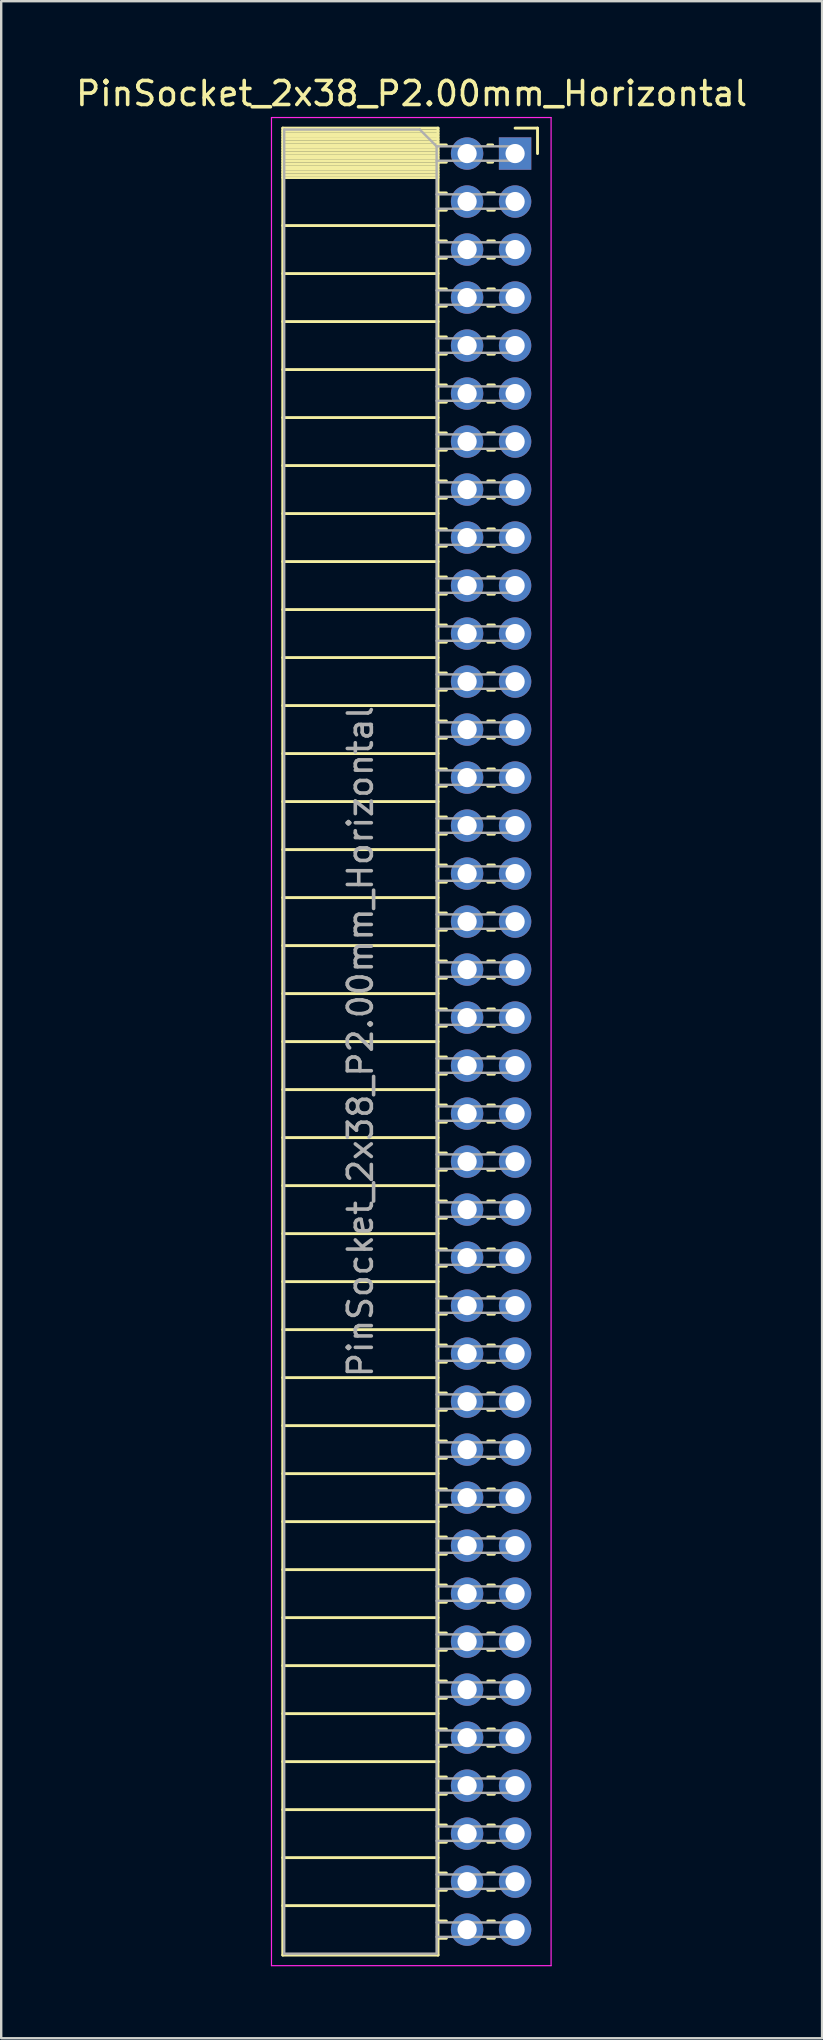
<source format=kicad_pcb>
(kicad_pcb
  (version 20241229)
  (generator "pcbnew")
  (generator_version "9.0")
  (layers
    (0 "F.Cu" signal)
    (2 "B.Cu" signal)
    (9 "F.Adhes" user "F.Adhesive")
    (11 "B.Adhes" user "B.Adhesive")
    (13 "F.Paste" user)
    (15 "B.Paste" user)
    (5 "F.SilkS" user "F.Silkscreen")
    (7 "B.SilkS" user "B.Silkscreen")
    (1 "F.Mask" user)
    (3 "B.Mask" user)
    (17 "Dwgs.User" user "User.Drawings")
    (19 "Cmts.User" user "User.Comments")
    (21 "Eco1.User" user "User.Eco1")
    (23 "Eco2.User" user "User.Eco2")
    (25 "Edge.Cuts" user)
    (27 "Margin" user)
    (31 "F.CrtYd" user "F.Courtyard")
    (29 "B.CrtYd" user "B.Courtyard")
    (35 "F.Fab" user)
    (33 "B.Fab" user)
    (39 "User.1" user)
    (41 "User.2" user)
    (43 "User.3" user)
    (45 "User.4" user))
  (footprint "PinSocket_2x38_P2.00mm_Horizontal"
    (layer "F.Cu")
    (at 18.411 3.348)
    (property "Reference" "PinSocket_2x38_P2.00mm_Horizontal" (at -4.31 -2.5 0) (layer "F.SilkS") (effects (font (size 1 1) (thickness 0.15))))
    (attr through_hole)
    (fp_line (start -9.68 -1.06) (end -9.68 75.06) (stroke (width 0.12) (type solid)) (layer "F.SilkS"))
    (fp_line (start -9.68 -1.06) (end -3.21 -1.06) (stroke (width 0.12) (type solid)) (layer "F.SilkS"))
    (fp_line (start -9.68 -0.94) (end -3.21 -0.94) (stroke (width 0.12) (type solid)) (layer "F.SilkS"))
    (fp_line (start -9.68 -0.826) (end -3.21 -0.826) (stroke (width 0.12) (type solid)) (layer "F.SilkS"))
    (fp_line (start -9.68 -0.712) (end -3.21 -0.712) (stroke (width 0.12) (type solid)) (layer "F.SilkS"))
    (fp_line (start -9.68 -0.598) (end -3.21 -0.598) (stroke (width 0.12) (type solid)) (layer "F.SilkS"))
    (fp_line (start -9.68 -0.484) (end -3.21 -0.484) (stroke (width 0.12) (type solid)) (layer "F.SilkS"))
    (fp_line (start -9.68 -0.369) (end -3.21 -0.369) (stroke (width 0.12) (type solid)) (layer "F.SilkS"))
    (fp_line (start -9.68 -0.255) (end -3.21 -0.255) (stroke (width 0.12) (type solid)) (layer "F.SilkS"))
    (fp_line (start -9.68 -0.141) (end -3.21 -0.141) (stroke (width 0.12) (type solid)) (layer "F.SilkS"))
    (fp_line (start -9.68 -0.027) (end -3.21 -0.027) (stroke (width 0.12) (type solid)) (layer "F.SilkS"))
    (fp_line (start -9.68 0.087) (end -3.21 0.087) (stroke (width 0.12) (type solid)) (layer "F.SilkS"))
    (fp_line (start -9.68 0.201) (end -3.21 0.201) (stroke (width 0.12) (type solid)) (layer "F.SilkS"))
    (fp_line (start -9.68 0.315) (end -3.21 0.315) (stroke (width 0.12) (type solid)) (layer "F.SilkS"))
    (fp_line (start -9.68 0.429) (end -3.21 0.429) (stroke (width 0.12) (type solid)) (layer "F.SilkS"))
    (fp_line (start -9.68 0.544) (end -3.21 0.544) (stroke (width 0.12) (type solid)) (layer "F.SilkS"))
    (fp_line (start -9.68 0.658) (end -3.21 0.658) (stroke (width 0.12) (type solid)) (layer "F.SilkS"))
    (fp_line (start -9.68 0.772) (end -3.21 0.772) (stroke (width 0.12) (type solid)) (layer "F.SilkS"))
    (fp_line (start -9.68 0.886) (end -3.21 0.886) (stroke (width 0.12) (type solid)) (layer "F.SilkS"))
    (fp_line (start -9.68 1) (end -3.21 1) (stroke (width 0.12) (type solid)) (layer "F.SilkS"))
    (fp_line (start -9.68 3) (end -3.21 3) (stroke (width 0.12) (type solid)) (layer "F.SilkS"))
    (fp_line (start -9.68 5) (end -3.21 5) (stroke (width 0.12) (type solid)) (layer "F.SilkS"))
    (fp_line (start -9.68 7) (end -3.21 7) (stroke (width 0.12) (type solid)) (layer "F.SilkS"))
    (fp_line (start -9.68 9) (end -3.21 9) (stroke (width 0.12) (type solid)) (layer "F.SilkS"))
    (fp_line (start -9.68 11) (end -3.21 11) (stroke (width 0.12) (type solid)) (layer "F.SilkS"))
    (fp_line (start -9.68 13) (end -3.21 13) (stroke (width 0.12) (type solid)) (layer "F.SilkS"))
    (fp_line (start -9.68 15) (end -3.21 15) (stroke (width 0.12) (type solid)) (layer "F.SilkS"))
    (fp_line (start -9.68 17) (end -3.21 17) (stroke (width 0.12) (type solid)) (layer "F.SilkS"))
    (fp_line (start -9.68 19) (end -3.21 19) (stroke (width 0.12) (type solid)) (layer "F.SilkS"))
    (fp_line (start -9.68 21) (end -3.21 21) (stroke (width 0.12) (type solid)) (layer "F.SilkS"))
    (fp_line (start -9.68 23) (end -3.21 23) (stroke (width 0.12) (type solid)) (layer "F.SilkS"))
    (fp_line (start -9.68 25) (end -3.21 25) (stroke (width 0.12) (type solid)) (layer "F.SilkS"))
    (fp_line (start -9.68 27) (end -3.21 27) (stroke (width 0.12) (type solid)) (layer "F.SilkS"))
    (fp_line (start -9.68 29) (end -3.21 29) (stroke (width 0.12) (type solid)) (layer "F.SilkS"))
    (fp_line (start -9.68 31) (end -3.21 31) (stroke (width 0.12) (type solid)) (layer "F.SilkS"))
    (fp_line (start -9.68 33) (end -3.21 33) (stroke (width 0.12) (type solid)) (layer "F.SilkS"))
    (fp_line (start -9.68 35) (end -3.21 35) (stroke (width 0.12) (type solid)) (layer "F.SilkS"))
    (fp_line (start -9.68 37) (end -3.21 37) (stroke (width 0.12) (type solid)) (layer "F.SilkS"))
    (fp_line (start -9.68 39) (end -3.21 39) (stroke (width 0.12) (type solid)) (layer "F.SilkS"))
    (fp_line (start -9.68 41) (end -3.21 41) (stroke (width 0.12) (type solid)) (layer "F.SilkS"))
    (fp_line (start -9.68 43) (end -3.21 43) (stroke (width 0.12) (type solid)) (layer "F.SilkS"))
    (fp_line (start -9.68 45) (end -3.21 45) (stroke (width 0.12) (type solid)) (layer "F.SilkS"))
    (fp_line (start -9.68 47) (end -3.21 47) (stroke (width 0.12) (type solid)) (layer "F.SilkS"))
    (fp_line (start -9.68 49) (end -3.21 49) (stroke (width 0.12) (type solid)) (layer "F.SilkS"))
    (fp_line (start -9.68 51) (end -3.21 51) (stroke (width 0.12) (type solid)) (layer "F.SilkS"))
    (fp_line (start -9.68 53) (end -3.21 53) (stroke (width 0.12) (type solid)) (layer "F.SilkS"))
    (fp_line (start -9.68 55) (end -3.21 55) (stroke (width 0.12) (type solid)) (layer "F.SilkS"))
    (fp_line (start -9.68 57) (end -3.21 57) (stroke (width 0.12) (type solid)) (layer "F.SilkS"))
    (fp_line (start -9.68 59) (end -3.21 59) (stroke (width 0.12) (type solid)) (layer "F.SilkS"))
    (fp_line (start -9.68 61) (end -3.21 61) (stroke (width 0.12) (type solid)) (layer "F.SilkS"))
    (fp_line (start -9.68 63) (end -3.21 63) (stroke (width 0.12) (type solid)) (layer "F.SilkS"))
    (fp_line (start -9.68 65) (end -3.21 65) (stroke (width 0.12) (type solid)) (layer "F.SilkS"))
    (fp_line (start -9.68 67) (end -3.21 67) (stroke (width 0.12) (type solid)) (layer "F.SilkS"))
    (fp_line (start -9.68 69) (end -3.21 69) (stroke (width 0.12) (type solid)) (layer "F.SilkS"))
    (fp_line (start -9.68 71) (end -3.21 71) (stroke (width 0.12) (type solid)) (layer "F.SilkS"))
    (fp_line (start -9.68 73) (end -3.21 73) (stroke (width 0.12) (type solid)) (layer "F.SilkS"))
    (fp_line (start -9.68 75.06) (end -3.21 75.06) (stroke (width 0.12) (type solid)) (layer "F.SilkS"))
    (fp_line (start -3.21 -1.06) (end -3.21 75.06) (stroke (width 0.12) (type solid)) (layer "F.SilkS"))
    (fp_line (start -3.21 -0.36) (end -2.863 -0.36) (stroke (width 0.12) (type solid)) (layer "F.SilkS"))
    (fp_line (start -3.21 0.36) (end -2.863 0.36) (stroke (width 0.12) (type solid)) (layer "F.SilkS"))
    (fp_line (start -3.21 1.64) (end -2.863 1.64) (stroke (width 0.12) (type solid)) (layer "F.SilkS"))
    (fp_line (start -3.21 2.36) (end -2.863 2.36) (stroke (width 0.12) (type solid)) (layer "F.SilkS"))
    (fp_line (start -3.21 3.64) (end -2.863 3.64) (stroke (width 0.12) (type solid)) (layer "F.SilkS"))
    (fp_line (start -3.21 4.36) (end -2.863 4.36) (stroke (width 0.12) (type solid)) (layer "F.SilkS"))
    (fp_line (start -3.21 5.64) (end -2.863 5.64) (stroke (width 0.12) (type solid)) (layer "F.SilkS"))
    (fp_line (start -3.21 6.36) (end -2.863 6.36) (stroke (width 0.12) (type solid)) (layer "F.SilkS"))
    (fp_line (start -3.21 7.64) (end -2.863 7.64) (stroke (width 0.12) (type solid)) (layer "F.SilkS"))
    (fp_line (start -3.21 8.36) (end -2.863 8.36) (stroke (width 0.12) (type solid)) (layer "F.SilkS"))
    (fp_line (start -3.21 9.64) (end -2.863 9.64) (stroke (width 0.12) (type solid)) (layer "F.SilkS"))
    (fp_line (start -3.21 10.36) (end -2.863 10.36) (stroke (width 0.12) (type solid)) (layer "F.SilkS"))
    (fp_line (start -3.21 11.64) (end -2.863 11.64) (stroke (width 0.12) (type solid)) (layer "F.SilkS"))
    (fp_line (start -3.21 12.36) (end -2.863 12.36) (stroke (width 0.12) (type solid)) (layer "F.SilkS"))
    (fp_line (start -3.21 13.64) (end -2.863 13.64) (stroke (width 0.12) (type solid)) (layer "F.SilkS"))
    (fp_line (start -3.21 14.36) (end -2.863 14.36) (stroke (width 0.12) (type solid)) (layer "F.SilkS"))
    (fp_line (start -3.21 15.64) (end -2.863 15.64) (stroke (width 0.12) (type solid)) (layer "F.SilkS"))
    (fp_line (start -3.21 16.36) (end -2.863 16.36) (stroke (width 0.12) (type solid)) (layer "F.SilkS"))
    (fp_line (start -3.21 17.64) (end -2.863 17.64) (stroke (width 0.12) (type solid)) (layer "F.SilkS"))
    (fp_line (start -3.21 18.36) (end -2.863 18.36) (stroke (width 0.12) (type solid)) (layer "F.SilkS"))
    (fp_line (start -3.21 19.64) (end -2.863 19.64) (stroke (width 0.12) (type solid)) (layer "F.SilkS"))
    (fp_line (start -3.21 20.36) (end -2.863 20.36) (stroke (width 0.12) (type solid)) (layer "F.SilkS"))
    (fp_line (start -3.21 21.64) (end -2.863 21.64) (stroke (width 0.12) (type solid)) (layer "F.SilkS"))
    (fp_line (start -3.21 22.36) (end -2.863 22.36) (stroke (width 0.12) (type solid)) (layer "F.SilkS"))
    (fp_line (start -3.21 23.64) (end -2.863 23.64) (stroke (width 0.12) (type solid)) (layer "F.SilkS"))
    (fp_line (start -3.21 24.36) (end -2.863 24.36) (stroke (width 0.12) (type solid)) (layer "F.SilkS"))
    (fp_line (start -3.21 25.64) (end -2.863 25.64) (stroke (width 0.12) (type solid)) (layer "F.SilkS"))
    (fp_line (start -3.21 26.36) (end -2.863 26.36) (stroke (width 0.12) (type solid)) (layer "F.SilkS"))
    (fp_line (start -3.21 27.64) (end -2.863 27.64) (stroke (width 0.12) (type solid)) (layer "F.SilkS"))
    (fp_line (start -3.21 28.36) (end -2.863 28.36) (stroke (width 0.12) (type solid)) (layer "F.SilkS"))
    (fp_line (start -3.21 29.64) (end -2.863 29.64) (stroke (width 0.12) (type solid)) (layer "F.SilkS"))
    (fp_line (start -3.21 30.36) (end -2.863 30.36) (stroke (width 0.12) (type solid)) (layer "F.SilkS"))
    (fp_line (start -3.21 31.64) (end -2.863 31.64) (stroke (width 0.12) (type solid)) (layer "F.SilkS"))
    (fp_line (start -3.21 32.36) (end -2.863 32.36) (stroke (width 0.12) (type solid)) (layer "F.SilkS"))
    (fp_line (start -3.21 33.64) (end -2.863 33.64) (stroke (width 0.12) (type solid)) (layer "F.SilkS"))
    (fp_line (start -3.21 34.36) (end -2.863 34.36) (stroke (width 0.12) (type solid)) (layer "F.SilkS"))
    (fp_line (start -3.21 35.64) (end -2.863 35.64) (stroke (width 0.12) (type solid)) (layer "F.SilkS"))
    (fp_line (start -3.21 36.36) (end -2.863 36.36) (stroke (width 0.12) (type solid)) (layer "F.SilkS"))
    (fp_line (start -3.21 37.64) (end -2.863 37.64) (stroke (width 0.12) (type solid)) (layer "F.SilkS"))
    (fp_line (start -3.21 38.36) (end -2.863 38.36) (stroke (width 0.12) (type solid)) (layer "F.SilkS"))
    (fp_line (start -3.21 39.64) (end -2.863 39.64) (stroke (width 0.12) (type solid)) (layer "F.SilkS"))
    (fp_line (start -3.21 40.36) (end -2.863 40.36) (stroke (width 0.12) (type solid)) (layer "F.SilkS"))
    (fp_line (start -3.21 41.64) (end -2.863 41.64) (stroke (width 0.12) (type solid)) (layer "F.SilkS"))
    (fp_line (start -3.21 42.36) (end -2.863 42.36) (stroke (width 0.12) (type solid)) (layer "F.SilkS"))
    (fp_line (start -3.21 43.64) (end -2.863 43.64) (stroke (width 0.12) (type solid)) (layer "F.SilkS"))
    (fp_line (start -3.21 44.36) (end -2.863 44.36) (stroke (width 0.12) (type solid)) (layer "F.SilkS"))
    (fp_line (start -3.21 45.64) (end -2.863 45.64) (stroke (width 0.12) (type solid)) (layer "F.SilkS"))
    (fp_line (start -3.21 46.36) (end -2.863 46.36) (stroke (width 0.12) (type solid)) (layer "F.SilkS"))
    (fp_line (start -3.21 47.64) (end -2.863 47.64) (stroke (width 0.12) (type solid)) (layer "F.SilkS"))
    (fp_line (start -3.21 48.36) (end -2.863 48.36) (stroke (width 0.12) (type solid)) (layer "F.SilkS"))
    (fp_line (start -3.21 49.64) (end -2.863 49.64) (stroke (width 0.12) (type solid)) (layer "F.SilkS"))
    (fp_line (start -3.21 50.36) (end -2.863 50.36) (stroke (width 0.12) (type solid)) (layer "F.SilkS"))
    (fp_line (start -3.21 51.64) (end -2.863 51.64) (stroke (width 0.12) (type solid)) (layer "F.SilkS"))
    (fp_line (start -3.21 52.36) (end -2.863 52.36) (stroke (width 0.12) (type solid)) (layer "F.SilkS"))
    (fp_line (start -3.21 53.64) (end -2.863 53.64) (stroke (width 0.12) (type solid)) (layer "F.SilkS"))
    (fp_line (start -3.21 54.36) (end -2.863 54.36) (stroke (width 0.12) (type solid)) (layer "F.SilkS"))
    (fp_line (start -3.21 55.64) (end -2.863 55.64) (stroke (width 0.12) (type solid)) (layer "F.SilkS"))
    (fp_line (start -3.21 56.36) (end -2.863 56.36) (stroke (width 0.12) (type solid)) (layer "F.SilkS"))
    (fp_line (start -3.21 57.64) (end -2.863 57.64) (stroke (width 0.12) (type solid)) (layer "F.SilkS"))
    (fp_line (start -3.21 58.36) (end -2.863 58.36) (stroke (width 0.12) (type solid)) (layer "F.SilkS"))
    (fp_line (start -3.21 59.64) (end -2.863 59.64) (stroke (width 0.12) (type solid)) (layer "F.SilkS"))
    (fp_line (start -3.21 60.36) (end -2.863 60.36) (stroke (width 0.12) (type solid)) (layer "F.SilkS"))
    (fp_line (start -3.21 61.64) (end -2.863 61.64) (stroke (width 0.12) (type solid)) (layer "F.SilkS"))
    (fp_line (start -3.21 62.36) (end -2.863 62.36) (stroke (width 0.12) (type solid)) (layer "F.SilkS"))
    (fp_line (start -3.21 63.64) (end -2.863 63.64) (stroke (width 0.12) (type solid)) (layer "F.SilkS"))
    (fp_line (start -3.21 64.36) (end -2.863 64.36) (stroke (width 0.12) (type solid)) (layer "F.SilkS"))
    (fp_line (start -3.21 65.64) (end -2.863 65.64) (stroke (width 0.12) (type solid)) (layer "F.SilkS"))
    (fp_line (start -3.21 66.36) (end -2.863 66.36) (stroke (width 0.12) (type solid)) (layer "F.SilkS"))
    (fp_line (start -3.21 67.64) (end -2.863 67.64) (stroke (width 0.12) (type solid)) (layer "F.SilkS"))
    (fp_line (start -3.21 68.36) (end -2.863 68.36) (stroke (width 0.12) (type solid)) (layer "F.SilkS"))
    (fp_line (start -3.21 69.64) (end -2.863 69.64) (stroke (width 0.12) (type solid)) (layer "F.SilkS"))
    (fp_line (start -3.21 70.36) (end -2.863 70.36) (stroke (width 0.12) (type solid)) (layer "F.SilkS"))
    (fp_line (start -3.21 71.64) (end -2.863 71.64) (stroke (width 0.12) (type solid)) (layer "F.SilkS"))
    (fp_line (start -3.21 72.36) (end -2.863 72.36) (stroke (width 0.12) (type solid)) (layer "F.SilkS"))
    (fp_line (start -3.21 73.64) (end -2.863 73.64) (stroke (width 0.12) (type solid)) (layer "F.SilkS"))
    (fp_line (start -3.21 74.36) (end -2.863 74.36) (stroke (width 0.12) (type solid)) (layer "F.SilkS"))
    (fp_line (start -1.137 -0.36) (end -0.935 -0.36) (stroke (width 0.12) (type solid)) (layer "F.SilkS"))
    (fp_line (start -1.137 0.36) (end -0.935 0.36) (stroke (width 0.12) (type solid)) (layer "F.SilkS"))
    (fp_line (start -1.137 1.64) (end -0.863 1.64) (stroke (width 0.12) (type solid)) (layer "F.SilkS"))
    (fp_line (start -1.137 2.36) (end -0.863 2.36) (stroke (width 0.12) (type solid)) (layer "F.SilkS"))
    (fp_line (start -1.137 3.64) (end -0.863 3.64) (stroke (width 0.12) (type solid)) (layer "F.SilkS"))
    (fp_line (start -1.137 4.36) (end -0.863 4.36) (stroke (width 0.12) (type solid)) (layer "F.SilkS"))
    (fp_line (start -1.137 5.64) (end -0.863 5.64) (stroke (width 0.12) (type solid)) (layer "F.SilkS"))
    (fp_line (start -1.137 6.36) (end -0.863 6.36) (stroke (width 0.12) (type solid)) (layer "F.SilkS"))
    (fp_line (start -1.137 7.64) (end -0.863 7.64) (stroke (width 0.12) (type solid)) (layer "F.SilkS"))
    (fp_line (start -1.137 8.36) (end -0.863 8.36) (stroke (width 0.12) (type solid)) (layer "F.SilkS"))
    (fp_line (start -1.137 9.64) (end -0.863 9.64) (stroke (width 0.12) (type solid)) (layer "F.SilkS"))
    (fp_line (start -1.137 10.36) (end -0.863 10.36) (stroke (width 0.12) (type solid)) (layer "F.SilkS"))
    (fp_line (start -1.137 11.64) (end -0.863 11.64) (stroke (width 0.12) (type solid)) (layer "F.SilkS"))
    (fp_line (start -1.137 12.36) (end -0.863 12.36) (stroke (width 0.12) (type solid)) (layer "F.SilkS"))
    (fp_line (start -1.137 13.64) (end -0.863 13.64) (stroke (width 0.12) (type solid)) (layer "F.SilkS"))
    (fp_line (start -1.137 14.36) (end -0.863 14.36) (stroke (width 0.12) (type solid)) (layer "F.SilkS"))
    (fp_line (start -1.137 15.64) (end -0.863 15.64) (stroke (width 0.12) (type solid)) (layer "F.SilkS"))
    (fp_line (start -1.137 16.36) (end -0.863 16.36) (stroke (width 0.12) (type solid)) (layer "F.SilkS"))
    (fp_line (start -1.137 17.64) (end -0.863 17.64) (stroke (width 0.12) (type solid)) (layer "F.SilkS"))
    (fp_line (start -1.137 18.36) (end -0.863 18.36) (stroke (width 0.12) (type solid)) (layer "F.SilkS"))
    (fp_line (start -1.137 19.64) (end -0.863 19.64) (stroke (width 0.12) (type solid)) (layer "F.SilkS"))
    (fp_line (start -1.137 20.36) (end -0.863 20.36) (stroke (width 0.12) (type solid)) (layer "F.SilkS"))
    (fp_line (start -1.137 21.64) (end -0.863 21.64) (stroke (width 0.12) (type solid)) (layer "F.SilkS"))
    (fp_line (start -1.137 22.36) (end -0.863 22.36) (stroke (width 0.12) (type solid)) (layer "F.SilkS"))
    (fp_line (start -1.137 23.64) (end -0.863 23.64) (stroke (width 0.12) (type solid)) (layer "F.SilkS"))
    (fp_line (start -1.137 24.36) (end -0.863 24.36) (stroke (width 0.12) (type solid)) (layer "F.SilkS"))
    (fp_line (start -1.137 25.64) (end -0.863 25.64) (stroke (width 0.12) (type solid)) (layer "F.SilkS"))
    (fp_line (start -1.137 26.36) (end -0.863 26.36) (stroke (width 0.12) (type solid)) (layer "F.SilkS"))
    (fp_line (start -1.137 27.64) (end -0.863 27.64) (stroke (width 0.12) (type solid)) (layer "F.SilkS"))
    (fp_line (start -1.137 28.36) (end -0.863 28.36) (stroke (width 0.12) (type solid)) (layer "F.SilkS"))
    (fp_line (start -1.137 29.64) (end -0.863 29.64) (stroke (width 0.12) (type solid)) (layer "F.SilkS"))
    (fp_line (start -1.137 30.36) (end -0.863 30.36) (stroke (width 0.12) (type solid)) (layer "F.SilkS"))
    (fp_line (start -1.137 31.64) (end -0.863 31.64) (stroke (width 0.12) (type solid)) (layer "F.SilkS"))
    (fp_line (start -1.137 32.36) (end -0.863 32.36) (stroke (width 0.12) (type solid)) (layer "F.SilkS"))
    (fp_line (start -1.137 33.64) (end -0.863 33.64) (stroke (width 0.12) (type solid)) (layer "F.SilkS"))
    (fp_line (start -1.137 34.36) (end -0.863 34.36) (stroke (width 0.12) (type solid)) (layer "F.SilkS"))
    (fp_line (start -1.137 35.64) (end -0.863 35.64) (stroke (width 0.12) (type solid)) (layer "F.SilkS"))
    (fp_line (start -1.137 36.36) (end -0.863 36.36) (stroke (width 0.12) (type solid)) (layer "F.SilkS"))
    (fp_line (start -1.137 37.64) (end -0.863 37.64) (stroke (width 0.12) (type solid)) (layer "F.SilkS"))
    (fp_line (start -1.137 38.36) (end -0.863 38.36) (stroke (width 0.12) (type solid)) (layer "F.SilkS"))
    (fp_line (start -1.137 39.64) (end -0.863 39.64) (stroke (width 0.12) (type solid)) (layer "F.SilkS"))
    (fp_line (start -1.137 40.36) (end -0.863 40.36) (stroke (width 0.12) (type solid)) (layer "F.SilkS"))
    (fp_line (start -1.137 41.64) (end -0.863 41.64) (stroke (width 0.12) (type solid)) (layer "F.SilkS"))
    (fp_line (start -1.137 42.36) (end -0.863 42.36) (stroke (width 0.12) (type solid)) (layer "F.SilkS"))
    (fp_line (start -1.137 43.64) (end -0.863 43.64) (stroke (width 0.12) (type solid)) (layer "F.SilkS"))
    (fp_line (start -1.137 44.36) (end -0.863 44.36) (stroke (width 0.12) (type solid)) (layer "F.SilkS"))
    (fp_line (start -1.137 45.64) (end -0.863 45.64) (stroke (width 0.12) (type solid)) (layer "F.SilkS"))
    (fp_line (start -1.137 46.36) (end -0.863 46.36) (stroke (width 0.12) (type solid)) (layer "F.SilkS"))
    (fp_line (start -1.137 47.64) (end -0.863 47.64) (stroke (width 0.12) (type solid)) (layer "F.SilkS"))
    (fp_line (start -1.137 48.36) (end -0.863 48.36) (stroke (width 0.12) (type solid)) (layer "F.SilkS"))
    (fp_line (start -1.137 49.64) (end -0.863 49.64) (stroke (width 0.12) (type solid)) (layer "F.SilkS"))
    (fp_line (start -1.137 50.36) (end -0.863 50.36) (stroke (width 0.12) (type solid)) (layer "F.SilkS"))
    (fp_line (start -1.137 51.64) (end -0.863 51.64) (stroke (width 0.12) (type solid)) (layer "F.SilkS"))
    (fp_line (start -1.137 52.36) (end -0.863 52.36) (stroke (width 0.12) (type solid)) (layer "F.SilkS"))
    (fp_line (start -1.137 53.64) (end -0.863 53.64) (stroke (width 0.12) (type solid)) (layer "F.SilkS"))
    (fp_line (start -1.137 54.36) (end -0.863 54.36) (stroke (width 0.12) (type solid)) (layer "F.SilkS"))
    (fp_line (start -1.137 55.64) (end -0.863 55.64) (stroke (width 0.12) (type solid)) (layer "F.SilkS"))
    (fp_line (start -1.137 56.36) (end -0.863 56.36) (stroke (width 0.12) (type solid)) (layer "F.SilkS"))
    (fp_line (start -1.137 57.64) (end -0.863 57.64) (stroke (width 0.12) (type solid)) (layer "F.SilkS"))
    (fp_line (start -1.137 58.36) (end -0.863 58.36) (stroke (width 0.12) (type solid)) (layer "F.SilkS"))
    (fp_line (start -1.137 59.64) (end -0.863 59.64) (stroke (width 0.12) (type solid)) (layer "F.SilkS"))
    (fp_line (start -1.137 60.36) (end -0.863 60.36) (stroke (width 0.12) (type solid)) (layer "F.SilkS"))
    (fp_line (start -1.137 61.64) (end -0.863 61.64) (stroke (width 0.12) (type solid)) (layer "F.SilkS"))
    (fp_line (start -1.137 62.36) (end -0.863 62.36) (stroke (width 0.12) (type solid)) (layer "F.SilkS"))
    (fp_line (start -1.137 63.64) (end -0.863 63.64) (stroke (width 0.12) (type solid)) (layer "F.SilkS"))
    (fp_line (start -1.137 64.36) (end -0.863 64.36) (stroke (width 0.12) (type solid)) (layer "F.SilkS"))
    (fp_line (start -1.137 65.64) (end -0.863 65.64) (stroke (width 0.12) (type solid)) (layer "F.SilkS"))
    (fp_line (start -1.137 66.36) (end -0.863 66.36) (stroke (width 0.12) (type solid)) (layer "F.SilkS"))
    (fp_line (start -1.137 67.64) (end -0.863 67.64) (stroke (width 0.12) (type solid)) (layer "F.SilkS"))
    (fp_line (start -1.137 68.36) (end -0.863 68.36) (stroke (width 0.12) (type solid)) (layer "F.SilkS"))
    (fp_line (start -1.137 69.64) (end -0.863 69.64) (stroke (width 0.12) (type solid)) (layer "F.SilkS"))
    (fp_line (start -1.137 70.36) (end -0.863 70.36) (stroke (width 0.12) (type solid)) (layer "F.SilkS"))
    (fp_line (start -1.137 71.64) (end -0.863 71.64) (stroke (width 0.12) (type solid)) (layer "F.SilkS"))
    (fp_line (start -1.137 72.36) (end -0.863 72.36) (stroke (width 0.12) (type solid)) (layer "F.SilkS"))
    (fp_line (start -1.137 73.64) (end -0.863 73.64) (stroke (width 0.12) (type solid)) (layer "F.SilkS"))
    (fp_line (start -1.137 74.36) (end -0.863 74.36) (stroke (width 0.12) (type solid)) (layer "F.SilkS"))
    (fp_line (start 0 -1.06) (end 0.935 -1.06) (stroke (width 0.12) (type solid)) (layer "F.SilkS"))
    (fp_line (start 0.935 -1.06) (end 0.935 0) (stroke (width 0.12) (type solid)) (layer "F.SilkS"))
    (fp_line (start -10.15 -1.5) (end -10.15 75.5) (stroke (width 0.05) (type solid)) (layer "F.CrtYd"))
    (fp_line (start -10.15 75.5) (end 1.5 75.5) (stroke (width 0.05) (type solid)) (layer "F.CrtYd"))
    (fp_line (start 1.5 -1.5) (end -10.15 -1.5) (stroke (width 0.05) (type solid)) (layer "F.CrtYd"))
    (fp_line (start 1.5 75.5) (end 1.5 -1.5) (stroke (width 0.05) (type solid)) (layer "F.CrtYd"))
    (fp_line (start -9.62 -1) (end -3.97 -1) (stroke (width 0.1) (type solid)) (layer "F.Fab"))
    (fp_line (start -9.62 75) (end -9.62 -1) (stroke (width 0.1) (type solid)) (layer "F.Fab"))
    (fp_line (start -3.97 -1) (end -3.27 -0.3) (stroke (width 0.1) (type solid)) (layer "F.Fab"))
    (fp_line (start -3.27 -0.3) (end -3.27 75) (stroke (width 0.1) (type solid)) (layer "F.Fab"))
    (fp_line (start -3.27 0.3) (end 0 0.3) (stroke (width 0.1) (type solid)) (layer "F.Fab"))
    (fp_line (start -3.27 2.3) (end 0 2.3) (stroke (width 0.1) (type solid)) (layer "F.Fab"))
    (fp_line (start -3.27 4.3) (end 0 4.3) (stroke (width 0.1) (type solid)) (layer "F.Fab"))
    (fp_line (start -3.27 6.3) (end 0 6.3) (stroke (width 0.1) (type solid)) (layer "F.Fab"))
    (fp_line (start -3.27 8.3) (end 0 8.3) (stroke (width 0.1) (type solid)) (layer "F.Fab"))
    (fp_line (start -3.27 10.3) (end 0 10.3) (stroke (width 0.1) (type solid)) (layer "F.Fab"))
    (fp_line (start -3.27 12.3) (end 0 12.3) (stroke (width 0.1) (type solid)) (layer "F.Fab"))
    (fp_line (start -3.27 14.3) (end 0 14.3) (stroke (width 0.1) (type solid)) (layer "F.Fab"))
    (fp_line (start -3.27 16.3) (end 0 16.3) (stroke (width 0.1) (type solid)) (layer "F.Fab"))
    (fp_line (start -3.27 18.3) (end 0 18.3) (stroke (width 0.1) (type solid)) (layer "F.Fab"))
    (fp_line (start -3.27 20.3) (end 0 20.3) (stroke (width 0.1) (type solid)) (layer "F.Fab"))
    (fp_line (start -3.27 22.3) (end 0 22.3) (stroke (width 0.1) (type solid)) (layer "F.Fab"))
    (fp_line (start -3.27 24.3) (end 0 24.3) (stroke (width 0.1) (type solid)) (layer "F.Fab"))
    (fp_line (start -3.27 26.3) (end 0 26.3) (stroke (width 0.1) (type solid)) (layer "F.Fab"))
    (fp_line (start -3.27 28.3) (end 0 28.3) (stroke (width 0.1) (type solid)) (layer "F.Fab"))
    (fp_line (start -3.27 30.3) (end 0 30.3) (stroke (width 0.1) (type solid)) (layer "F.Fab"))
    (fp_line (start -3.27 32.3) (end 0 32.3) (stroke (width 0.1) (type solid)) (layer "F.Fab"))
    (fp_line (start -3.27 34.3) (end 0 34.3) (stroke (width 0.1) (type solid)) (layer "F.Fab"))
    (fp_line (start -3.27 36.3) (end 0 36.3) (stroke (width 0.1) (type solid)) (layer "F.Fab"))
    (fp_line (start -3.27 38.3) (end 0 38.3) (stroke (width 0.1) (type solid)) (layer "F.Fab"))
    (fp_line (start -3.27 40.3) (end 0 40.3) (stroke (width 0.1) (type solid)) (layer "F.Fab"))
    (fp_line (start -3.27 42.3) (end 0 42.3) (stroke (width 0.1) (type solid)) (layer "F.Fab"))
    (fp_line (start -3.27 44.3) (end 0 44.3) (stroke (width 0.1) (type solid)) (layer "F.Fab"))
    (fp_line (start -3.27 46.3) (end 0 46.3) (stroke (width 0.1) (type solid)) (layer "F.Fab"))
    (fp_line (start -3.27 48.3) (end 0 48.3) (stroke (width 0.1) (type solid)) (layer "F.Fab"))
    (fp_line (start -3.27 50.3) (end 0 50.3) (stroke (width 0.1) (type solid)) (layer "F.Fab"))
    (fp_line (start -3.27 52.3) (end 0 52.3) (stroke (width 0.1) (type solid)) (layer "F.Fab"))
    (fp_line (start -3.27 54.3) (end 0 54.3) (stroke (width 0.1) (type solid)) (layer "F.Fab"))
    (fp_line (start -3.27 56.3) (end 0 56.3) (stroke (width 0.1) (type solid)) (layer "F.Fab"))
    (fp_line (start -3.27 58.3) (end 0 58.3) (stroke (width 0.1) (type solid)) (layer "F.Fab"))
    (fp_line (start -3.27 60.3) (end 0 60.3) (stroke (width 0.1) (type solid)) (layer "F.Fab"))
    (fp_line (start -3.27 62.3) (end 0 62.3) (stroke (width 0.1) (type solid)) (layer "F.Fab"))
    (fp_line (start -3.27 64.3) (end 0 64.3) (stroke (width 0.1) (type solid)) (layer "F.Fab"))
    (fp_line (start -3.27 66.3) (end 0 66.3) (stroke (width 0.1) (type solid)) (layer "F.Fab"))
    (fp_line (start -3.27 68.3) (end 0 68.3) (stroke (width 0.1) (type solid)) (layer "F.Fab"))
    (fp_line (start -3.27 70.3) (end 0 70.3) (stroke (width 0.1) (type solid)) (layer "F.Fab"))
    (fp_line (start -3.27 72.3) (end 0 72.3) (stroke (width 0.1) (type solid)) (layer "F.Fab"))
    (fp_line (start -3.27 74.3) (end 0 74.3) (stroke (width 0.1) (type solid)) (layer "F.Fab"))
    (fp_line (start -3.27 75) (end -9.62 75) (stroke (width 0.1) (type solid)) (layer "F.Fab"))
    (fp_line (start 0 -0.3) (end -3.27 -0.3) (stroke (width 0.1) (type solid)) (layer "F.Fab"))
    (fp_line (start 0 0.3) (end 0 -0.3) (stroke (width 0.1) (type solid)) (layer "F.Fab"))
    (fp_line (start 0 1.7) (end -3.27 1.7) (stroke (width 0.1) (type solid)) (layer "F.Fab"))
    (fp_line (start 0 2.3) (end 0 1.7) (stroke (width 0.1) (type solid)) (layer "F.Fab"))
    (fp_line (start 0 3.7) (end -3.27 3.7) (stroke (width 0.1) (type solid)) (layer "F.Fab"))
    (fp_line (start 0 4.3) (end 0 3.7) (stroke (width 0.1) (type solid)) (layer "F.Fab"))
    (fp_line (start 0 5.7) (end -3.27 5.7) (stroke (width 0.1) (type solid)) (layer "F.Fab"))
    (fp_line (start 0 6.3) (end 0 5.7) (stroke (width 0.1) (type solid)) (layer "F.Fab"))
    (fp_line (start 0 7.7) (end -3.27 7.7) (stroke (width 0.1) (type solid)) (layer "F.Fab"))
    (fp_line (start 0 8.3) (end 0 7.7) (stroke (width 0.1) (type solid)) (layer "F.Fab"))
    (fp_line (start 0 9.7) (end -3.27 9.7) (stroke (width 0.1) (type solid)) (layer "F.Fab"))
    (fp_line (start 0 10.3) (end 0 9.7) (stroke (width 0.1) (type solid)) (layer "F.Fab"))
    (fp_line (start 0 11.7) (end -3.27 11.7) (stroke (width 0.1) (type solid)) (layer "F.Fab"))
    (fp_line (start 0 12.3) (end 0 11.7) (stroke (width 0.1) (type solid)) (layer "F.Fab"))
    (fp_line (start 0 13.7) (end -3.27 13.7) (stroke (width 0.1) (type solid)) (layer "F.Fab"))
    (fp_line (start 0 14.3) (end 0 13.7) (stroke (width 0.1) (type solid)) (layer "F.Fab"))
    (fp_line (start 0 15.7) (end -3.27 15.7) (stroke (width 0.1) (type solid)) (layer "F.Fab"))
    (fp_line (start 0 16.3) (end 0 15.7) (stroke (width 0.1) (type solid)) (layer "F.Fab"))
    (fp_line (start 0 17.7) (end -3.27 17.7) (stroke (width 0.1) (type solid)) (layer "F.Fab"))
    (fp_line (start 0 18.3) (end 0 17.7) (stroke (width 0.1) (type solid)) (layer "F.Fab"))
    (fp_line (start 0 19.7) (end -3.27 19.7) (stroke (width 0.1) (type solid)) (layer "F.Fab"))
    (fp_line (start 0 20.3) (end 0 19.7) (stroke (width 0.1) (type solid)) (layer "F.Fab"))
    (fp_line (start 0 21.7) (end -3.27 21.7) (stroke (width 0.1) (type solid)) (layer "F.Fab"))
    (fp_line (start 0 22.3) (end 0 21.7) (stroke (width 0.1) (type solid)) (layer "F.Fab"))
    (fp_line (start 0 23.7) (end -3.27 23.7) (stroke (width 0.1) (type solid)) (layer "F.Fab"))
    (fp_line (start 0 24.3) (end 0 23.7) (stroke (width 0.1) (type solid)) (layer "F.Fab"))
    (fp_line (start 0 25.7) (end -3.27 25.7) (stroke (width 0.1) (type solid)) (layer "F.Fab"))
    (fp_line (start 0 26.3) (end 0 25.7) (stroke (width 0.1) (type solid)) (layer "F.Fab"))
    (fp_line (start 0 27.7) (end -3.27 27.7) (stroke (width 0.1) (type solid)) (layer "F.Fab"))
    (fp_line (start 0 28.3) (end 0 27.7) (stroke (width 0.1) (type solid)) (layer "F.Fab"))
    (fp_line (start 0 29.7) (end -3.27 29.7) (stroke (width 0.1) (type solid)) (layer "F.Fab"))
    (fp_line (start 0 30.3) (end 0 29.7) (stroke (width 0.1) (type solid)) (layer "F.Fab"))
    (fp_line (start 0 31.7) (end -3.27 31.7) (stroke (width 0.1) (type solid)) (layer "F.Fab"))
    (fp_line (start 0 32.3) (end 0 31.7) (stroke (width 0.1) (type solid)) (layer "F.Fab"))
    (fp_line (start 0 33.7) (end -3.27 33.7) (stroke (width 0.1) (type solid)) (layer "F.Fab"))
    (fp_line (start 0 34.3) (end 0 33.7) (stroke (width 0.1) (type solid)) (layer "F.Fab"))
    (fp_line (start 0 35.7) (end -3.27 35.7) (stroke (width 0.1) (type solid)) (layer "F.Fab"))
    (fp_line (start 0 36.3) (end 0 35.7) (stroke (width 0.1) (type solid)) (layer "F.Fab"))
    (fp_line (start 0 37.7) (end -3.27 37.7) (stroke (width 0.1) (type solid)) (layer "F.Fab"))
    (fp_line (start 0 38.3) (end 0 37.7) (stroke (width 0.1) (type solid)) (layer "F.Fab"))
    (fp_line (start 0 39.7) (end -3.27 39.7) (stroke (width 0.1) (type solid)) (layer "F.Fab"))
    (fp_line (start 0 40.3) (end 0 39.7) (stroke (width 0.1) (type solid)) (layer "F.Fab"))
    (fp_line (start 0 41.7) (end -3.27 41.7) (stroke (width 0.1) (type solid)) (layer "F.Fab"))
    (fp_line (start 0 42.3) (end 0 41.7) (stroke (width 0.1) (type solid)) (layer "F.Fab"))
    (fp_line (start 0 43.7) (end -3.27 43.7) (stroke (width 0.1) (type solid)) (layer "F.Fab"))
    (fp_line (start 0 44.3) (end 0 43.7) (stroke (width 0.1) (type solid)) (layer "F.Fab"))
    (fp_line (start 0 45.7) (end -3.27 45.7) (stroke (width 0.1) (type solid)) (layer "F.Fab"))
    (fp_line (start 0 46.3) (end 0 45.7) (stroke (width 0.1) (type solid)) (layer "F.Fab"))
    (fp_line (start 0 47.7) (end -3.27 47.7) (stroke (width 0.1) (type solid)) (layer "F.Fab"))
    (fp_line (start 0 48.3) (end 0 47.7) (stroke (width 0.1) (type solid)) (layer "F.Fab"))
    (fp_line (start 0 49.7) (end -3.27 49.7) (stroke (width 0.1) (type solid)) (layer "F.Fab"))
    (fp_line (start 0 50.3) (end 0 49.7) (stroke (width 0.1) (type solid)) (layer "F.Fab"))
    (fp_line (start 0 51.7) (end -3.27 51.7) (stroke (width 0.1) (type solid)) (layer "F.Fab"))
    (fp_line (start 0 52.3) (end 0 51.7) (stroke (width 0.1) (type solid)) (layer "F.Fab"))
    (fp_line (start 0 53.7) (end -3.27 53.7) (stroke (width 0.1) (type solid)) (layer "F.Fab"))
    (fp_line (start 0 54.3) (end 0 53.7) (stroke (width 0.1) (type solid)) (layer "F.Fab"))
    (fp_line (start 0 55.7) (end -3.27 55.7) (stroke (width 0.1) (type solid)) (layer "F.Fab"))
    (fp_line (start 0 56.3) (end 0 55.7) (stroke (width 0.1) (type solid)) (layer "F.Fab"))
    (fp_line (start 0 57.7) (end -3.27 57.7) (stroke (width 0.1) (type solid)) (layer "F.Fab"))
    (fp_line (start 0 58.3) (end 0 57.7) (stroke (width 0.1) (type solid)) (layer "F.Fab"))
    (fp_line (start 0 59.7) (end -3.27 59.7) (stroke (width 0.1) (type solid)) (layer "F.Fab"))
    (fp_line (start 0 60.3) (end 0 59.7) (stroke (width 0.1) (type solid)) (layer "F.Fab"))
    (fp_line (start 0 61.7) (end -3.27 61.7) (stroke (width 0.1) (type solid)) (layer "F.Fab"))
    (fp_line (start 0 62.3) (end 0 61.7) (stroke (width 0.1) (type solid)) (layer "F.Fab"))
    (fp_line (start 0 63.7) (end -3.27 63.7) (stroke (width 0.1) (type solid)) (layer "F.Fab"))
    (fp_line (start 0 64.3) (end 0 63.7) (stroke (width 0.1) (type solid)) (layer "F.Fab"))
    (fp_line (start 0 65.7) (end -3.27 65.7) (stroke (width 0.1) (type solid)) (layer "F.Fab"))
    (fp_line (start 0 66.3) (end 0 65.7) (stroke (width 0.1) (type solid)) (layer "F.Fab"))
    (fp_line (start 0 67.7) (end -3.27 67.7) (stroke (width 0.1) (type solid)) (layer "F.Fab"))
    (fp_line (start 0 68.3) (end 0 67.7) (stroke (width 0.1) (type solid)) (layer "F.Fab"))
    (fp_line (start 0 69.7) (end -3.27 69.7) (stroke (width 0.1) (type solid)) (layer "F.Fab"))
    (fp_line (start 0 70.3) (end 0 69.7) (stroke (width 0.1) (type solid)) (layer "F.Fab"))
    (fp_line (start 0 71.7) (end -3.27 71.7) (stroke (width 0.1) (type solid)) (layer "F.Fab"))
    (fp_line (start 0 72.3) (end 0 71.7) (stroke (width 0.1) (type solid)) (layer "F.Fab"))
    (fp_line (start 0 73.7) (end -3.27 73.7) (stroke (width 0.1) (type solid)) (layer "F.Fab"))
    (fp_line (start 0 74.3) (end 0 73.7) (stroke (width 0.1) (type solid)) (layer "F.Fab"))
    (fp_text user "${REFERENCE}" (at -6.445 37 90) (layer "F.Fab") (effects (font (size 1 1) (thickness 0.15))))
    (pad "1" thru_hole rect (at 0 0) (size 1.35 1.35) (drill 0.8) (layers "*.Cu" "*.Mask"))
    (pad "2" thru_hole oval (at -2 0) (size 1.35 1.35) (drill 0.8) (layers "*.Cu" "*.Mask"))
    (pad "3" thru_hole oval (at 0 2) (size 1.35 1.35) (drill 0.8) (layers "*.Cu" "*.Mask"))
    (pad "4" thru_hole oval (at -2 2) (size 1.35 1.35) (drill 0.8) (layers "*.Cu" "*.Mask"))
    (pad "5" thru_hole oval (at 0 4) (size 1.35 1.35) (drill 0.8) (layers "*.Cu" "*.Mask"))
    (pad "6" thru_hole oval (at -2 4) (size 1.35 1.35) (drill 0.8) (layers "*.Cu" "*.Mask"))
    (pad "7" thru_hole oval (at 0 6) (size 1.35 1.35) (drill 0.8) (layers "*.Cu" "*.Mask"))
    (pad "8" thru_hole oval (at -2 6) (size 1.35 1.35) (drill 0.8) (layers "*.Cu" "*.Mask"))
    (pad "9" thru_hole oval (at 0 8) (size 1.35 1.35) (drill 0.8) (layers "*.Cu" "*.Mask"))
    (pad "10" thru_hole oval (at -2 8) (size 1.35 1.35) (drill 0.8) (layers "*.Cu" "*.Mask"))
    (pad "11" thru_hole oval (at 0 10) (size 1.35 1.35) (drill 0.8) (layers "*.Cu" "*.Mask"))
    (pad "12" thru_hole oval (at -2 10) (size 1.35 1.35) (drill 0.8) (layers "*.Cu" "*.Mask"))
    (pad "13" thru_hole oval (at 0 12) (size 1.35 1.35) (drill 0.8) (layers "*.Cu" "*.Mask"))
    (pad "14" thru_hole oval (at -2 12) (size 1.35 1.35) (drill 0.8) (layers "*.Cu" "*.Mask"))
    (pad "15" thru_hole oval (at 0 14) (size 1.35 1.35) (drill 0.8) (layers "*.Cu" "*.Mask"))
    (pad "16" thru_hole oval (at -2 14) (size 1.35 1.35) (drill 0.8) (layers "*.Cu" "*.Mask"))
    (pad "17" thru_hole oval (at 0 16) (size 1.35 1.35) (drill 0.8) (layers "*.Cu" "*.Mask"))
    (pad "18" thru_hole oval (at -2 16) (size 1.35 1.35) (drill 0.8) (layers "*.Cu" "*.Mask"))
    (pad "19" thru_hole oval (at 0 18) (size 1.35 1.35) (drill 0.8) (layers "*.Cu" "*.Mask"))
    (pad "20" thru_hole oval (at -2 18) (size 1.35 1.35) (drill 0.8) (layers "*.Cu" "*.Mask"))
    (pad "21" thru_hole oval (at 0 20) (size 1.35 1.35) (drill 0.8) (layers "*.Cu" "*.Mask"))
    (pad "22" thru_hole oval (at -2 20) (size 1.35 1.35) (drill 0.8) (layers "*.Cu" "*.Mask"))
    (pad "23" thru_hole oval (at 0 22) (size 1.35 1.35) (drill 0.8) (layers "*.Cu" "*.Mask"))
    (pad "24" thru_hole oval (at -2 22) (size 1.35 1.35) (drill 0.8) (layers "*.Cu" "*.Mask"))
    (pad "25" thru_hole oval (at 0 24) (size 1.35 1.35) (drill 0.8) (layers "*.Cu" "*.Mask"))
    (pad "26" thru_hole oval (at -2 24) (size 1.35 1.35) (drill 0.8) (layers "*.Cu" "*.Mask"))
    (pad "27" thru_hole oval (at 0 26) (size 1.35 1.35) (drill 0.8) (layers "*.Cu" "*.Mask"))
    (pad "28" thru_hole oval (at -2 26) (size 1.35 1.35) (drill 0.8) (layers "*.Cu" "*.Mask"))
    (pad "29" thru_hole oval (at 0 28) (size 1.35 1.35) (drill 0.8) (layers "*.Cu" "*.Mask"))
    (pad "30" thru_hole oval (at -2 28) (size 1.35 1.35) (drill 0.8) (layers "*.Cu" "*.Mask"))
    (pad "31" thru_hole oval (at 0 30) (size 1.35 1.35) (drill 0.8) (layers "*.Cu" "*.Mask"))
    (pad "32" thru_hole oval (at -2 30) (size 1.35 1.35) (drill 0.8) (layers "*.Cu" "*.Mask"))
    (pad "33" thru_hole oval (at 0 32) (size 1.35 1.35) (drill 0.8) (layers "*.Cu" "*.Mask"))
    (pad "34" thru_hole oval (at -2 32) (size 1.35 1.35) (drill 0.8) (layers "*.Cu" "*.Mask"))
    (pad "35" thru_hole oval (at 0 34) (size 1.35 1.35) (drill 0.8) (layers "*.Cu" "*.Mask"))
    (pad "36" thru_hole oval (at -2 34) (size 1.35 1.35) (drill 0.8) (layers "*.Cu" "*.Mask"))
    (pad "37" thru_hole oval (at 0 36) (size 1.35 1.35) (drill 0.8) (layers "*.Cu" "*.Mask"))
    (pad "38" thru_hole oval (at -2 36) (size 1.35 1.35) (drill 0.8) (layers "*.Cu" "*.Mask"))
    (pad "39" thru_hole oval (at 0 38) (size 1.35 1.35) (drill 0.8) (layers "*.Cu" "*.Mask"))
    (pad "40" thru_hole oval (at -2 38) (size 1.35 1.35) (drill 0.8) (layers "*.Cu" "*.Mask"))
    (pad "41" thru_hole oval (at 0 40) (size 1.35 1.35) (drill 0.8) (layers "*.Cu" "*.Mask"))
    (pad "42" thru_hole oval (at -2 40) (size 1.35 1.35) (drill 0.8) (layers "*.Cu" "*.Mask"))
    (pad "43" thru_hole oval (at 0 42) (size 1.35 1.35) (drill 0.8) (layers "*.Cu" "*.Mask"))
    (pad "44" thru_hole oval (at -2 42) (size 1.35 1.35) (drill 0.8) (layers "*.Cu" "*.Mask"))
    (pad "45" thru_hole oval (at 0 44) (size 1.35 1.35) (drill 0.8) (layers "*.Cu" "*.Mask"))
    (pad "46" thru_hole oval (at -2 44) (size 1.35 1.35) (drill 0.8) (layers "*.Cu" "*.Mask"))
    (pad "47" thru_hole oval (at 0 46) (size 1.35 1.35) (drill 0.8) (layers "*.Cu" "*.Mask"))
    (pad "48" thru_hole oval (at -2 46) (size 1.35 1.35) (drill 0.8) (layers "*.Cu" "*.Mask"))
    (pad "49" thru_hole oval (at 0 48) (size 1.35 1.35) (drill 0.8) (layers "*.Cu" "*.Mask"))
    (pad "50" thru_hole oval (at -2 48) (size 1.35 1.35) (drill 0.8) (layers "*.Cu" "*.Mask"))
    (pad "51" thru_hole oval (at 0 50) (size 1.35 1.35) (drill 0.8) (layers "*.Cu" "*.Mask"))
    (pad "52" thru_hole oval (at -2 50) (size 1.35 1.35) (drill 0.8) (layers "*.Cu" "*.Mask"))
    (pad "53" thru_hole oval (at 0 52) (size 1.35 1.35) (drill 0.8) (layers "*.Cu" "*.Mask"))
    (pad "54" thru_hole oval (at -2 52) (size 1.35 1.35) (drill 0.8) (layers "*.Cu" "*.Mask"))
    (pad "55" thru_hole oval (at 0 54) (size 1.35 1.35) (drill 0.8) (layers "*.Cu" "*.Mask"))
    (pad "56" thru_hole oval (at -2 54) (size 1.35 1.35) (drill 0.8) (layers "*.Cu" "*.Mask"))
    (pad "57" thru_hole oval (at 0 56) (size 1.35 1.35) (drill 0.8) (layers "*.Cu" "*.Mask"))
    (pad "58" thru_hole oval (at -2 56) (size 1.35 1.35) (drill 0.8) (layers "*.Cu" "*.Mask"))
    (pad "59" thru_hole oval (at 0 58) (size 1.35 1.35) (drill 0.8) (layers "*.Cu" "*.Mask"))
    (pad "60" thru_hole oval (at -2 58) (size 1.35 1.35) (drill 0.8) (layers "*.Cu" "*.Mask"))
    (pad "61" thru_hole oval (at 0 60) (size 1.35 1.35) (drill 0.8) (layers "*.Cu" "*.Mask"))
    (pad "62" thru_hole oval (at -2 60) (size 1.35 1.35) (drill 0.8) (layers "*.Cu" "*.Mask"))
    (pad "63" thru_hole oval (at 0 62) (size 1.35 1.35) (drill 0.8) (layers "*.Cu" "*.Mask"))
    (pad "64" thru_hole oval (at -2 62) (size 1.35 1.35) (drill 0.8) (layers "*.Cu" "*.Mask"))
    (pad "65" thru_hole oval (at 0 64) (size 1.35 1.35) (drill 0.8) (layers "*.Cu" "*.Mask"))
    (pad "66" thru_hole oval (at -2 64) (size 1.35 1.35) (drill 0.8) (layers "*.Cu" "*.Mask"))
    (pad "67" thru_hole oval (at 0 66) (size 1.35 1.35) (drill 0.8) (layers "*.Cu" "*.Mask"))
    (pad "68" thru_hole oval (at -2 66) (size 1.35 1.35) (drill 0.8) (layers "*.Cu" "*.Mask"))
    (pad "69" thru_hole oval (at 0 68) (size 1.35 1.35) (drill 0.8) (layers "*.Cu" "*.Mask"))
    (pad "70" thru_hole oval (at -2 68) (size 1.35 1.35) (drill 0.8) (layers "*.Cu" "*.Mask"))
    (pad "71" thru_hole oval (at 0 70) (size 1.35 1.35) (drill 0.8) (layers "*.Cu" "*.Mask"))
    (pad "72" thru_hole oval (at -2 70) (size 1.35 1.35) (drill 0.8) (layers "*.Cu" "*.Mask"))
    (pad "73" thru_hole oval (at 0 72) (size 1.35 1.35) (drill 0.8) (layers "*.Cu" "*.Mask"))
    (pad "74" thru_hole oval (at -2 72) (size 1.35 1.35) (drill 0.8) (layers "*.Cu" "*.Mask"))
    (pad "75" thru_hole oval (at 0 74) (size 1.35 1.35) (drill 0.8) (layers "*.Cu" "*.Mask"))
    (pad "76" thru_hole oval (at -2 74) (size 1.35 1.35) (drill 0.8) (layers "*.Cu" "*.Mask")))
  (gr_rect
    (start -3 -3)
    (end 31.202 81.873)
    (stroke (width 0.1) (type default))
    (fill no)
    (layer "Edge.Cuts")))
</source>
